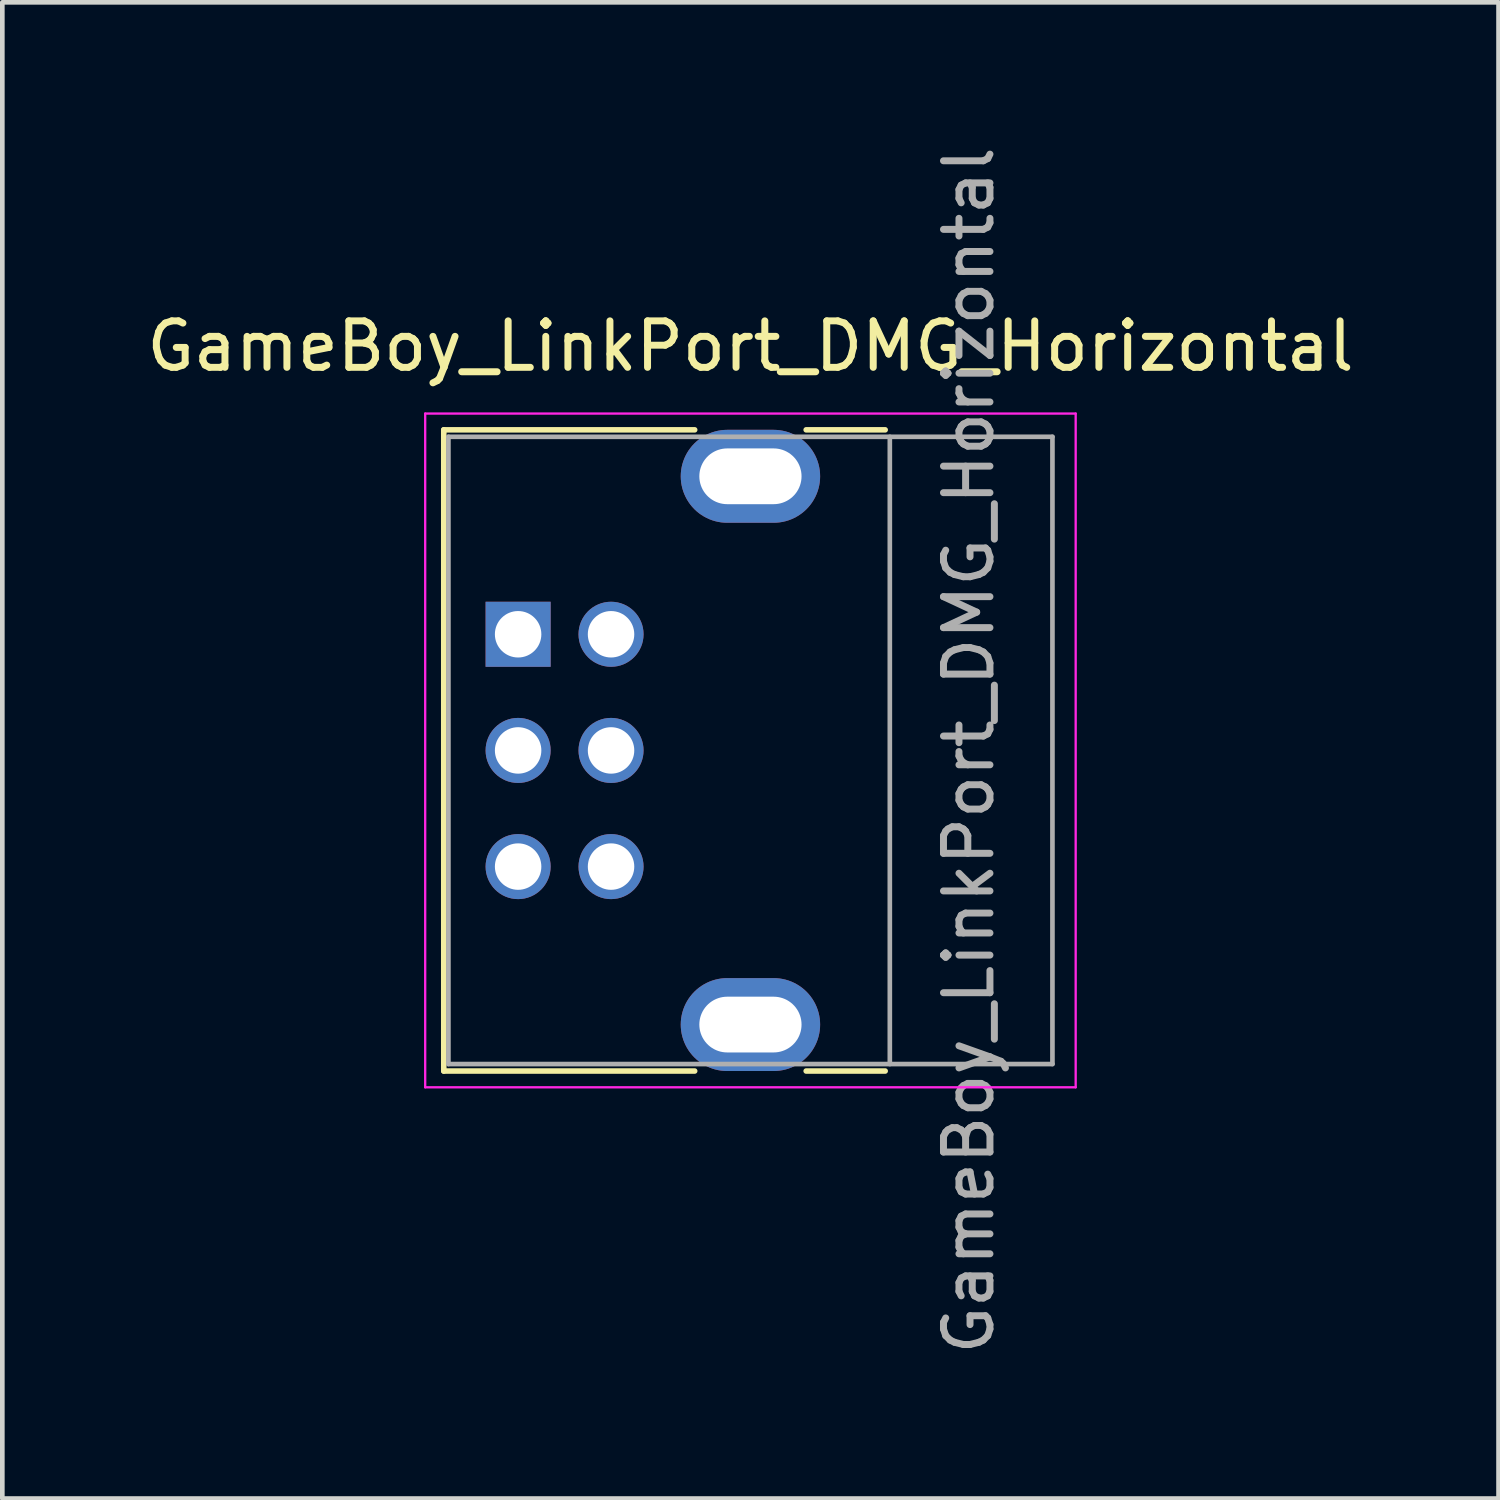
<source format=kicad_pcb>
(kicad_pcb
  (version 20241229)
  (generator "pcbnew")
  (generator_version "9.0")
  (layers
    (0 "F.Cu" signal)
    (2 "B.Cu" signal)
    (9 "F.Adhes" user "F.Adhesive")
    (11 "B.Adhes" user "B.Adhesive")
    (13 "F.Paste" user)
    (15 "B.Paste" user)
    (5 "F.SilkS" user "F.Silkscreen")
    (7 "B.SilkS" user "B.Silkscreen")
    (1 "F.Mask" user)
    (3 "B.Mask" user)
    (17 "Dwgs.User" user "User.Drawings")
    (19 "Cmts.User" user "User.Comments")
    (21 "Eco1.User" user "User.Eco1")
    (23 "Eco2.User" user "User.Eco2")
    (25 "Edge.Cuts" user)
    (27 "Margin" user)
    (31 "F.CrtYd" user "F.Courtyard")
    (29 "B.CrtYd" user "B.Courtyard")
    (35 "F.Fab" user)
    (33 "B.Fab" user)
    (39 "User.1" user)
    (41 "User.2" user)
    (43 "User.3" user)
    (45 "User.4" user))
  (footprint "GameBoy_LinkPort_DMG_Horizontal"
    (layer "F.Cu")
    (at 8.101 10.601)
    (property "Reference" "GameBoy_LinkPort_DMG_Horizontal" (at 5 -6.2 180) (layer "F.SilkS") (effects (font (size 1 1) (thickness 0.15))))
    (attr through_hole)
    (fp_line (start -1.6 -4.4) (end -1.6 9.4) (stroke (width 0.12) (type solid)) (layer "F.SilkS"))
    (fp_line (start -1.6 9.4) (end 3.8 9.4) (stroke (width 0.12) (type solid)) (layer "F.SilkS"))
    (fp_line (start 3.8 -4.4) (end -1.6 -4.4) (stroke (width 0.12) (type solid)) (layer "F.SilkS"))
    (fp_line (start 6.2 9.4) (end 7.9 9.4) (stroke (width 0.12) (type solid)) (layer "F.SilkS"))
    (fp_line (start 7.9 -4.4) (end 6.2 -4.4) (stroke (width 0.12) (type solid)) (layer "F.SilkS"))
    (fp_line (start -2 -4.75) (end -2 9.75) (stroke (width 0.05) (type solid)) (layer "F.CrtYd"))
    (fp_line (start -2 9.75) (end 12 9.75) (stroke (width 0.05) (type solid)) (layer "F.CrtYd"))
    (fp_line (start 12 -4.75) (end -2 -4.75) (stroke (width 0.05) (type solid)) (layer "F.CrtYd"))
    (fp_line (start 12 9.75) (end 12 -4.75) (stroke (width 0.05) (type solid)) (layer "F.CrtYd"))
    (fp_line (start -1.5 -4.25) (end 11.5 -4.25) (stroke (width 0.1) (type solid)) (layer "F.Fab"))
    (fp_line (start -1.5 9.25) (end -1.5 -4.25) (stroke (width 0.1) (type solid)) (layer "F.Fab"))
    (fp_line (start -1.5 9.25) (end 11.5 9.25) (stroke (width 0.1) (type solid)) (layer "F.Fab"))
    (fp_line (start 8 9.25) (end 8 -4.25) (stroke (width 0.1) (type solid)) (layer "F.Fab"))
    (fp_line (start 11.5 -4.25) (end 11.5 9.25) (stroke (width 0.1) (type solid)) (layer "F.Fab"))
    (fp_text user "${REFERENCE}" (at 9.7 2.5 270) (layer "F.Fab") (effects (font (size 1 1) (thickness 0.15))))
    (pad "1" thru_hole rect (at 0 0 90) (size 1.4 1.4) (drill 1) (layers "*.Cu" "*.Mask"))
    (pad "2" thru_hole circle (at 2 0 90) (size 1.4 1.4) (drill 1) (layers "*.Cu" "*.Mask"))
    (pad "3" thru_hole circle (at 0 2.5 90) (size 1.4 1.4) (drill 1) (layers "*.Cu" "*.Mask"))
    (pad "4" thru_hole circle (at 2 2.5 90) (size 1.4 1.4) (drill 1) (layers "*.Cu" "*.Mask"))
    (pad "5" thru_hole circle (at 0 5 90) (size 1.4 1.4) (drill 1) (layers "*.Cu" "*.Mask"))
    (pad "6" thru_hole circle (at 2 5 90) (size 1.4 1.4) (drill 1) (layers "*.Cu" "*.Mask"))
    (pad "SH" thru_hole oval (at 5 -3.4 90) (size 2 3) (drill oval 1.2 2.2) (layers "*.Cu" "*.Mask"))
    (pad "SH" thru_hole oval (at 5 8.4 90) (size 2 3) (drill oval 1.2 2.2) (layers "*.Cu" "*.Mask")))
  (gr_rect
    (start -3 -3)
    (end 29.202 29.202)
    (stroke (width 0.1) (type default))
    (fill no)
    (layer "Edge.Cuts")))
</source>
